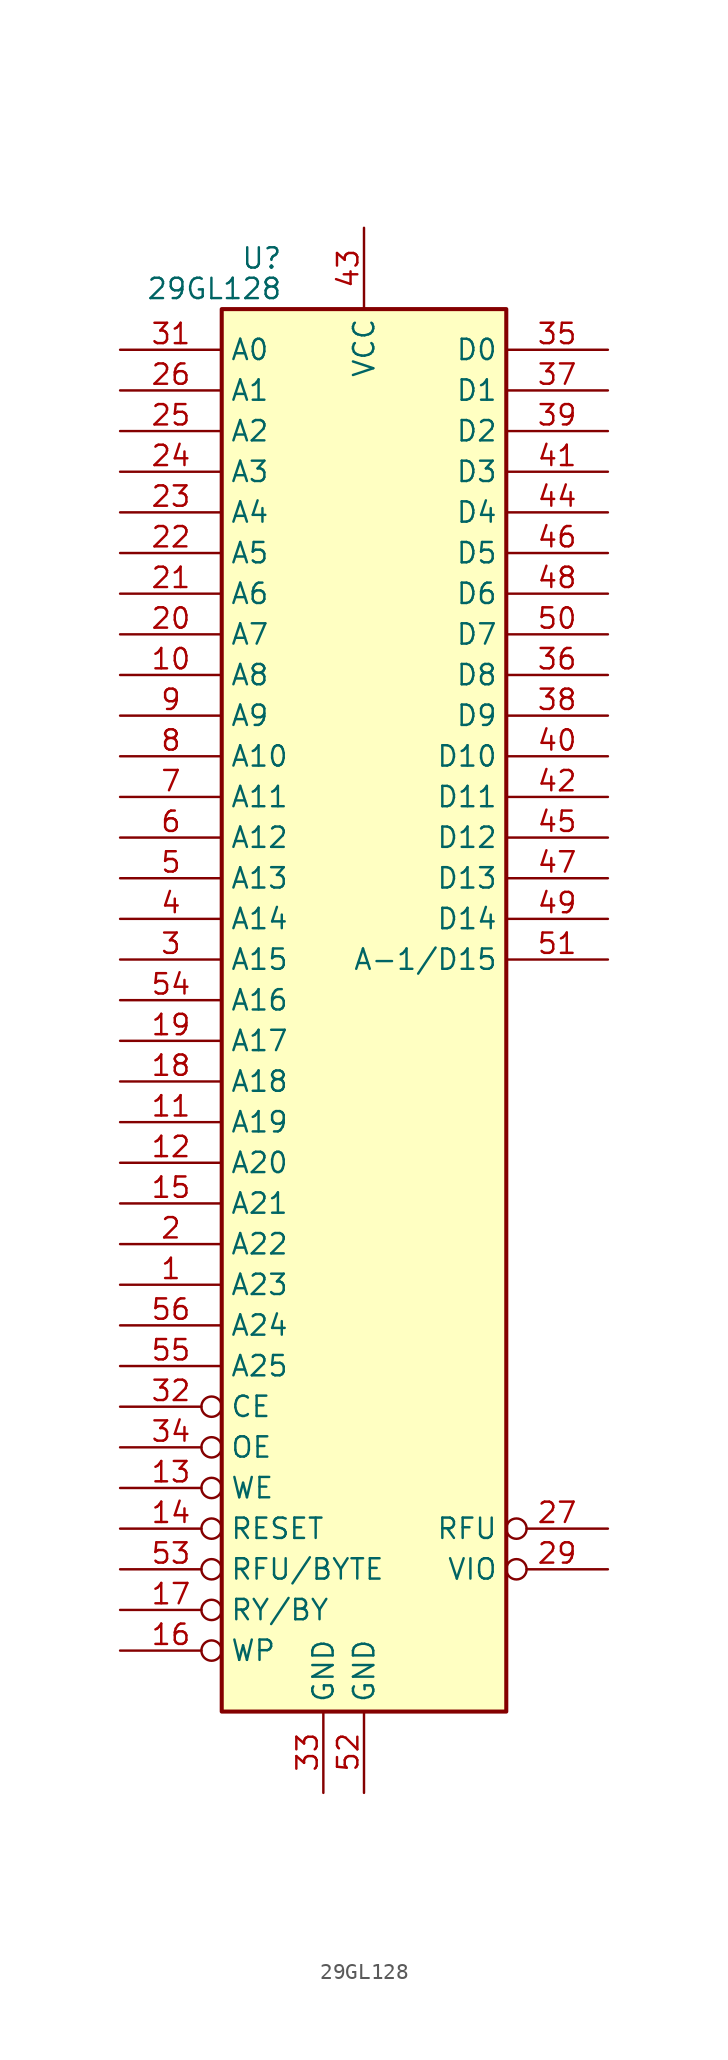
<source format=kicad_sym>
(kicad_symbol_lib
  (version 20211014)
  (generator kicad_symbol_editor)
  (symbol "29GL128"
    (property "Reference" "U"
      (at -5.08 36.195 0)
      (effects (font (size 1.27 1.27)) (justify right)))
    (property "Value" "29GL128"
      (at -5.08 34.29 0)
      (effects (font (size 1.27 1.27)) (justify right)))
    (symbol "29GL128_0_1"
      (rectangle (start -8.89 33.02) (end 8.89 -54.61) (stroke (width 0.254) (type default) (color 0 0 0 0)) (fill (type background))))
    (symbol "29GL128_1_1"
      (pin input line (at -15.24 -27.94 0) (length 6.35) (name "A23" (effects (font (size 1.27 1.27)))) (number "1" (effects (font (size 1.27 1.27)))))
      (pin input line (at -15.24 10.16 0) (length 6.35) (name "A8" (effects (font (size 1.27 1.27)))) (number "10" (effects (font (size 1.27 1.27)))))
      (pin input line (at -15.24 -17.78 0) (length 6.35) (name "A19" (effects (font (size 1.27 1.27)))) (number "11" (effects (font (size 1.27 1.27)))))
      (pin input line (at -15.24 -20.32 0) (length 6.35) (name "A20" (effects (font (size 1.27 1.27)))) (number "12" (effects (font (size 1.27 1.27)))))
      (pin input inverted (at -15.24 -40.64 0) (length 6.35) (name "WE" (effects (font (size 1.27 1.27)))) (number "13" (effects (font (size 1.27 1.27)))))
      (pin input inverted (at -15.24 -43.18 0) (length 6.35) (name "RESET" (effects (font (size 1.27 1.27)))) (number "14" (effects (font (size 1.27 1.27)))))
      (pin input line (at -15.24 -22.86 0) (length 6.35) (name "A21" (effects (font (size 1.27 1.27)))) (number "15" (effects (font (size 1.27 1.27)))))
      (pin input inverted (at -15.24 -50.8 0) (length 6.35) (name "WP" (effects (font (size 1.27 1.27)))) (number "16" (effects (font (size 1.27 1.27)))))
      (pin output inverted (at -15.24 -48.26 0) (length 6.35) (name "RY/BY" (effects (font (size 1.27 1.27)))) (number "17" (effects (font (size 1.27 1.27)))))
      (pin input line (at -15.24 -15.24 0) (length 6.35) (name "A18" (effects (font (size 1.27 1.27)))) (number "18" (effects (font (size 1.27 1.27)))))
      (pin input line (at -15.24 -12.7 0) (length 6.35) (name "A17" (effects (font (size 1.27 1.27)))) (number "19" (effects (font (size 1.27 1.27)))))
      (pin input line (at -15.24 -25.4 0) (length 6.35) (name "A22" (effects (font (size 1.27 1.27)))) (number "2" (effects (font (size 1.27 1.27)))))
      (pin input line (at -15.24 12.7 0) (length 6.35) (name "A7" (effects (font (size 1.27 1.27)))) (number "20" (effects (font (size 1.27 1.27)))))
      (pin input line (at -15.24 15.24 0) (length 6.35) (name "A6" (effects (font (size 1.27 1.27)))) (number "21" (effects (font (size 1.27 1.27)))))
      (pin input line (at -15.24 17.78 0) (length 6.35) (name "A5" (effects (font (size 1.27 1.27)))) (number "22" (effects (font (size 1.27 1.27)))))
      (pin input line (at -15.24 20.32 0) (length 6.35) (name "A4" (effects (font (size 1.27 1.27)))) (number "23" (effects (font (size 1.27 1.27)))))
      (pin input line (at -15.24 22.86 0) (length 6.35) (name "A3" (effects (font (size 1.27 1.27)))) (number "24" (effects (font (size 1.27 1.27)))))
      (pin input line (at -15.24 25.4 0) (length 6.35) (name "A2" (effects (font (size 1.27 1.27)))) (number "25" (effects (font (size 1.27 1.27)))))
      (pin input line (at -15.24 27.94 0) (length 6.35) (name "A1" (effects (font (size 1.27 1.27)))) (number "26" (effects (font (size 1.27 1.27)))))
      (pin input inverted (at 15.24 -43.18 180) (length 6.35) (name "RFU" (effects (font (size 1.27 1.27)))) (number "27" (effects (font (size 1.27 1.27)))))
      (pin no_connect line (at 15.24 -48.26 180) (length 6.35) hide (name "NC" (effects (font (size 1.27 1.27)))) (number "28" (effects (font (size 1.27 1.27)))))
      (pin input inverted (at 15.24 -45.72 180) (length 6.35) (name "VIO" (effects (font (size 1.27 1.27)))) (number "29" (effects (font (size 1.27 1.27)))))
      (pin input line (at -15.24 -7.62 0) (length 6.35) (name "A15" (effects (font (size 1.27 1.27)))) (number "3" (effects (font (size 1.27 1.27)))))
      (pin no_connect line (at 15.24 -50.8 180) (length 6.35) hide (name "NC" (effects (font (size 1.27 1.27)))) (number "30" (effects (font (size 1.27 1.27)))))
      (pin input line (at -15.24 30.48 0) (length 6.35) (name "A0" (effects (font (size 1.27 1.27)))) (number "31" (effects (font (size 1.27 1.27)))))
      (pin input inverted (at -15.24 -35.56 0) (length 6.35) (name "CE" (effects (font (size 1.27 1.27)))) (number "32" (effects (font (size 1.27 1.27)))))
      (pin power_in line (at -2.54 -59.69 90) (length 5.08) (name "GND" (effects (font (size 1.27 1.27)))) (number "33" (effects (font (size 1.27 1.27)))))
      (pin input inverted (at -15.24 -38.1 0) (length 6.35) (name "OE" (effects (font (size 1.27 1.27)))) (number "34" (effects (font (size 1.27 1.27)))))
      (pin tri_state line (at 15.24 30.48 180) (length 6.35) (name "D0" (effects (font (size 1.27 1.27)))) (number "35" (effects (font (size 1.27 1.27)))))
      (pin tri_state line (at 15.24 10.16 180) (length 6.35) (name "D8" (effects (font (size 1.27 1.27)))) (number "36" (effects (font (size 1.27 1.27)))))
      (pin tri_state line (at 15.24 27.94 180) (length 6.35) (name "D1" (effects (font (size 1.27 1.27)))) (number "37" (effects (font (size 1.27 1.27)))))
      (pin tri_state line (at 15.24 7.62 180) (length 6.35) (name "D9" (effects (font (size 1.27 1.27)))) (number "38" (effects (font (size 1.27 1.27)))))
      (pin tri_state line (at 15.24 25.4 180) (length 6.35) (name "D2" (effects (font (size 1.27 1.27)))) (number "39" (effects (font (size 1.27 1.27)))))
      (pin input line (at -15.24 -5.08 0) (length 6.35) (name "A14" (effects (font (size 1.27 1.27)))) (number "4" (effects (font (size 1.27 1.27)))))
      (pin tri_state line (at 15.24 5.08 180) (length 6.35) (name "D10" (effects (font (size 1.27 1.27)))) (number "40" (effects (font (size 1.27 1.27)))))
      (pin tri_state line (at 15.24 22.86 180) (length 6.35) (name "D3" (effects (font (size 1.27 1.27)))) (number "41" (effects (font (size 1.27 1.27)))))
      (pin tri_state line (at 15.24 2.54 180) (length 6.35) (name "D11" (effects (font (size 1.27 1.27)))) (number "42" (effects (font (size 1.27 1.27)))))
      (pin power_in line (at 0 38.1 270) (length 5.08) (name "VCC" (effects (font (size 1.27 1.27)))) (number "43" (effects (font (size 1.27 1.27)))))
      (pin tri_state line (at 15.24 20.32 180) (length 6.35) (name "D4" (effects (font (size 1.27 1.27)))) (number "44" (effects (font (size 1.27 1.27)))))
      (pin tri_state line (at 15.24 0 180) (length 6.35) (name "D12" (effects (font (size 1.27 1.27)))) (number "45" (effects (font (size 1.27 1.27)))))
      (pin tri_state line (at 15.24 17.78 180) (length 6.35) (name "D5" (effects (font (size 1.27 1.27)))) (number "46" (effects (font (size 1.27 1.27)))))
      (pin tri_state line (at 15.24 -2.54 180) (length 6.35) (name "D13" (effects (font (size 1.27 1.27)))) (number "47" (effects (font (size 1.27 1.27)))))
      (pin tri_state line (at 15.24 15.24 180) (length 6.35) (name "D6" (effects (font (size 1.27 1.27)))) (number "48" (effects (font (size 1.27 1.27)))))
      (pin tri_state line (at 15.24 -5.08 180) (length 6.35) (name "D14" (effects (font (size 1.27 1.27)))) (number "49" (effects (font (size 1.27 1.27)))))
      (pin input line (at -15.24 -2.54 0) (length 6.35) (name "A13" (effects (font (size 1.27 1.27)))) (number "5" (effects (font (size 1.27 1.27)))))
      (pin tri_state line (at 15.24 12.7 180) (length 6.35) (name "D7" (effects (font (size 1.27 1.27)))) (number "50" (effects (font (size 1.27 1.27)))))
      (pin tri_state line (at 15.24 -7.62 180) (length 6.35) (name "A-1/D15" (effects (font (size 1.27 1.27)))) (number "51" (effects (font (size 1.27 1.27)))))
      (pin power_in line (at 0 -59.69 90) (length 5.08) (name "GND" (effects (font (size 1.27 1.27)))) (number "52" (effects (font (size 1.27 1.27)))))
      (pin input inverted (at -15.24 -45.72 0) (length 6.35) (name "RFU/BYTE" (effects (font (size 1.27 1.27)))) (number "53" (effects (font (size 1.27 1.27)))))
      (pin input line (at -15.24 -10.16 0) (length 6.35) (name "A16" (effects (font (size 1.27 1.27)))) (number "54" (effects (font (size 1.27 1.27)))))
      (pin input line (at -15.24 -33.02 0) (length 6.35) (name "A25" (effects (font (size 1.27 1.27)))) (number "55" (effects (font (size 1.27 1.27)))))
      (pin input line (at -15.24 -30.48 0) (length 6.35) (name "A24" (effects (font (size 1.27 1.27)))) (number "56" (effects (font (size 1.27 1.27)))))
      (pin input line (at -15.24 0 0) (length 6.35) (name "A12" (effects (font (size 1.27 1.27)))) (number "6" (effects (font (size 1.27 1.27)))))
      (pin input line (at -15.24 2.54 0) (length 6.35) (name "A11" (effects (font (size 1.27 1.27)))) (number "7" (effects (font (size 1.27 1.27)))))
      (pin input line (at -15.24 5.08 0) (length 6.35) (name "A10" (effects (font (size 1.27 1.27)))) (number "8" (effects (font (size 1.27 1.27)))))
      (pin input line (at -15.24 7.62 0) (length 6.35) (name "A9" (effects (font (size 1.27 1.27)))) (number "9" (effects (font (size 1.27 1.27))))))))
</source>
